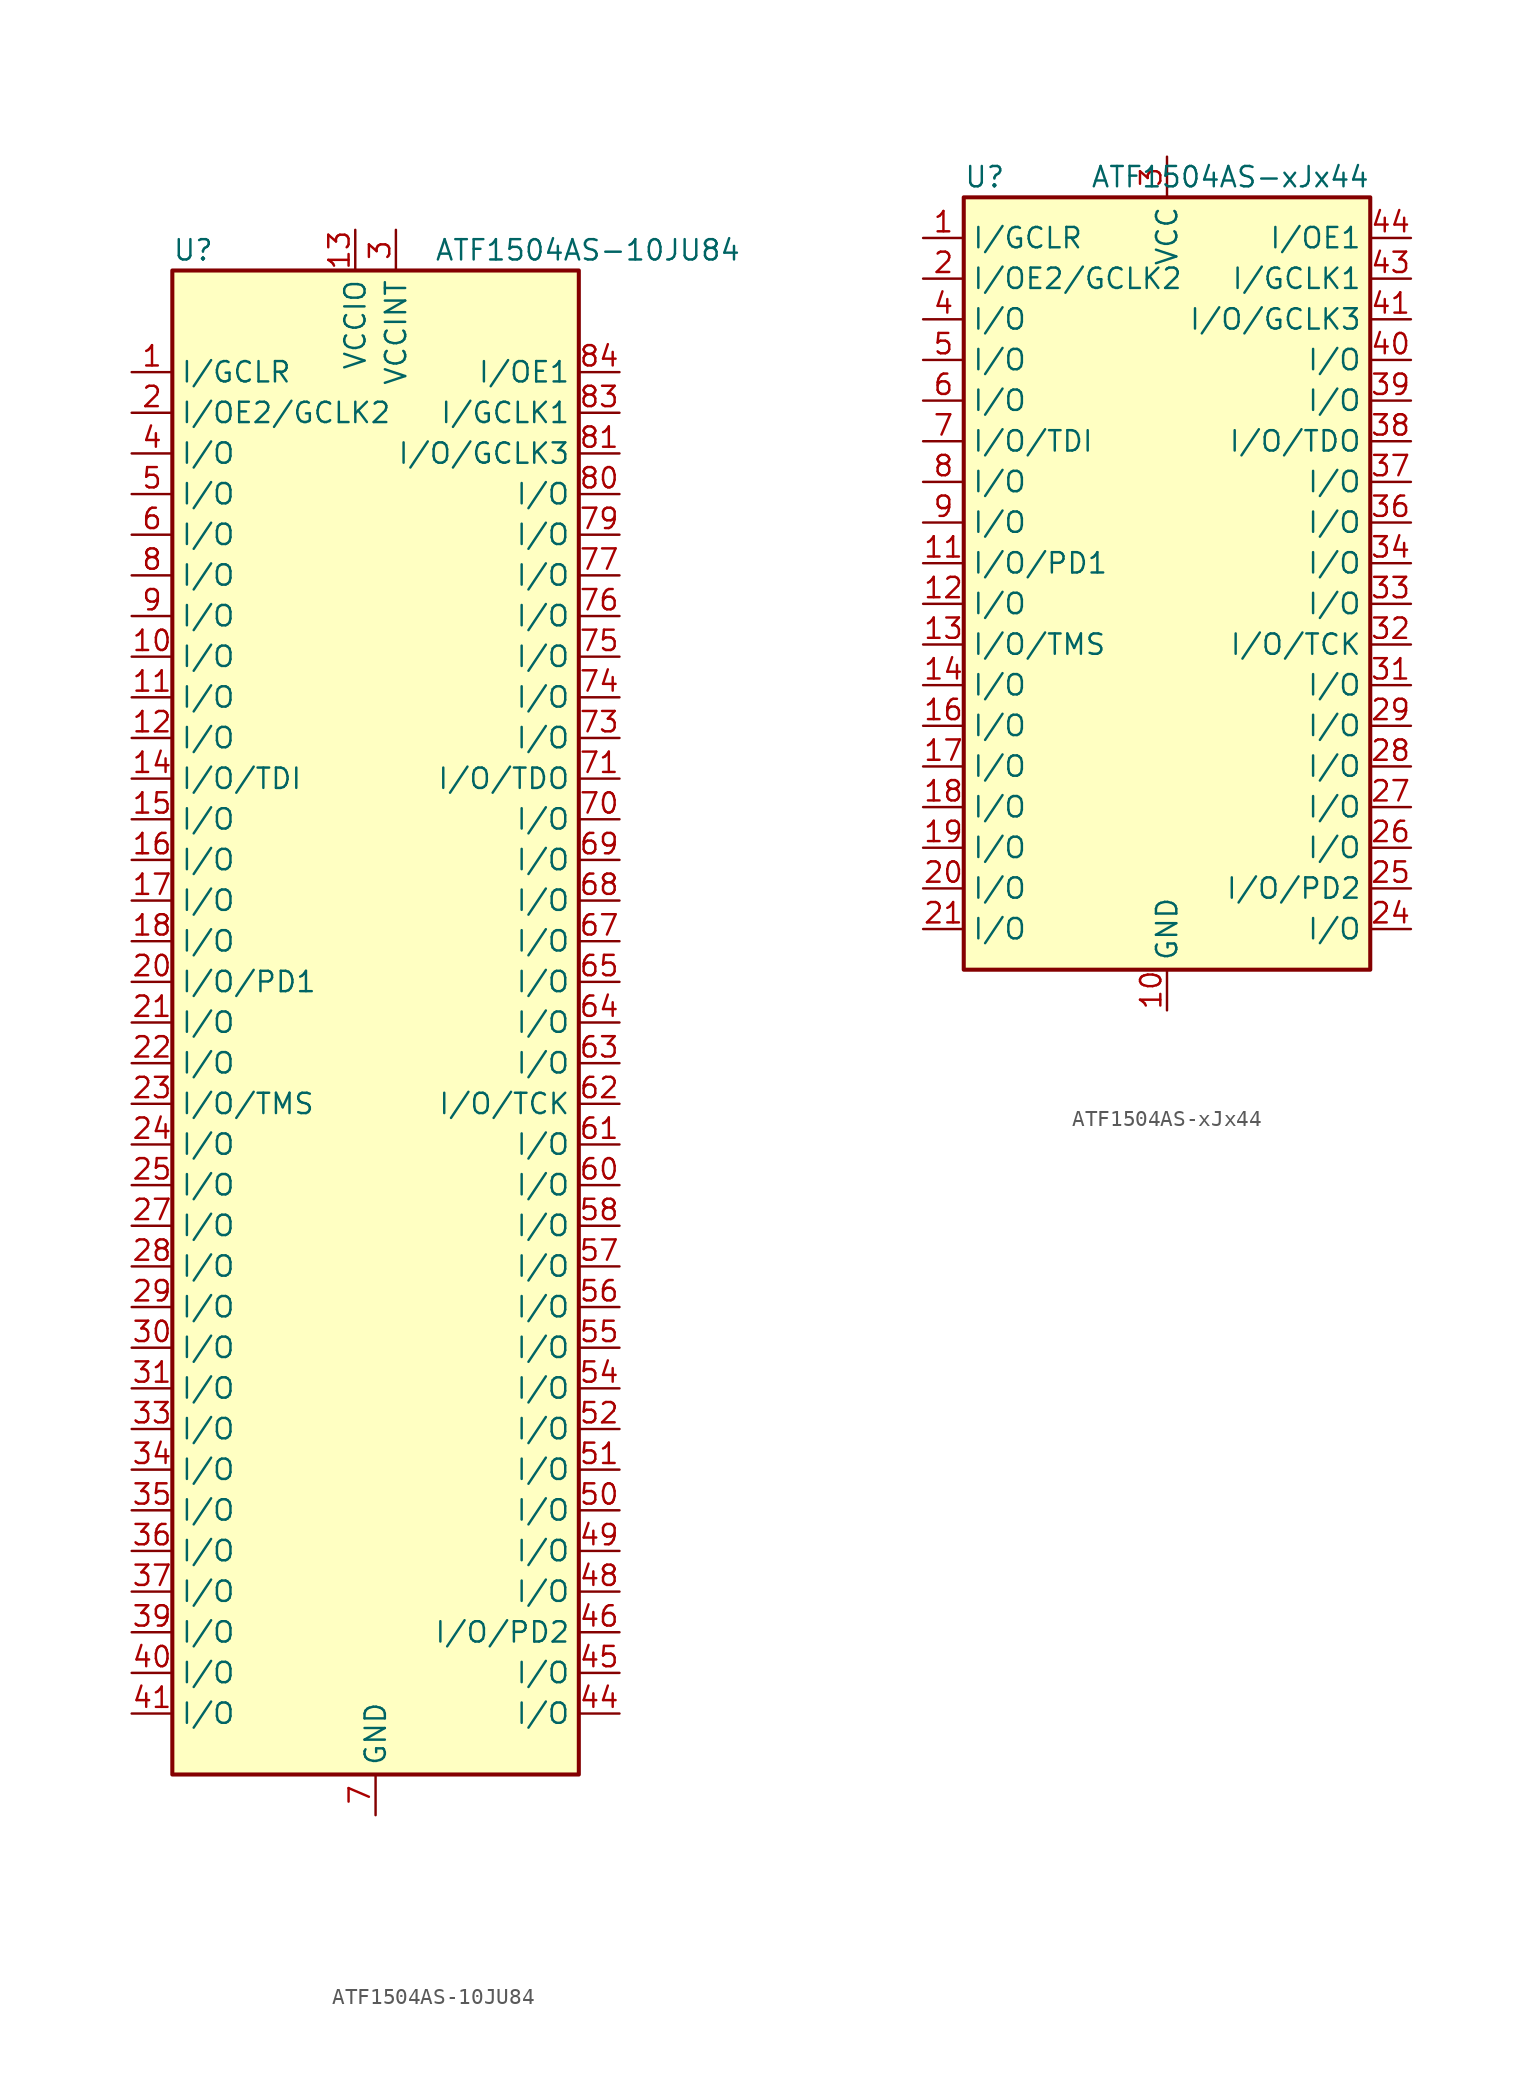
<source format=kicad_sym>
(kicad_symbol_lib
  (version 20220914)
  (generator kicad_symbol_editor)
  (symbol "ATF1504AS-10JU84"
    (property "Reference" "U"
      (at -12.7 48.26 0)
      (effects (font (size 1.27 1.27)) (justify left)))
    (property "Value" "ATF1504AS-10JU84"
      (at 22.86 48.26 0)
      (effects (font (size 1.27 1.27)) (justify right)))
    (symbol "ATF1504AS-10JU84_0_1"
      (rectangle (start -12.7 46.99) (end 12.7 -46.99) (stroke (width 0.254) (type default)) (fill (type background))))
    (symbol "ATF1504AS-10JU84_1_1"
      (pin input line (at -15.24 40.64 0) (length 2.54) (name "I/GCLR" (effects (font (size 1.27 1.27)))) (number "1" (effects (font (size 1.27 1.27)))))
      (pin bidirectional line (at -15.24 22.86 0) (length 2.54) (name "I/O" (effects (font (size 1.27 1.27)))) (number "10" (effects (font (size 1.27 1.27)))))
      (pin bidirectional line (at -15.24 20.32 0) (length 2.54) (name "I/O" (effects (font (size 1.27 1.27)))) (number "11" (effects (font (size 1.27 1.27)))))
      (pin bidirectional line (at -15.24 17.78 0) (length 2.54) (name "I/O" (effects (font (size 1.27 1.27)))) (number "12" (effects (font (size 1.27 1.27)))))
      (pin power_in line (at -1.27 49.53 270) (length 2.54) (name "VCCIO" (effects (font (size 1.27 1.27)))) (number "13" (effects (font (size 1.27 1.27)))))
      (pin bidirectional line (at -15.24 15.24 0) (length 2.54) (name "I/O/TDI" (effects (font (size 1.27 1.27)))) (number "14" (effects (font (size 1.27 1.27)))))
      (pin bidirectional line (at -15.24 12.7 0) (length 2.54) (name "I/O" (effects (font (size 1.27 1.27)))) (number "15" (effects (font (size 1.27 1.27)))))
      (pin bidirectional line (at -15.24 10.16 0) (length 2.54) (name "I/O" (effects (font (size 1.27 1.27)))) (number "16" (effects (font (size 1.27 1.27)))))
      (pin bidirectional line (at -15.24 7.62 0) (length 2.54) (name "I/O" (effects (font (size 1.27 1.27)))) (number "17" (effects (font (size 1.27 1.27)))))
      (pin bidirectional line (at -15.24 5.08 0) (length 2.54) (name "I/O" (effects (font (size 1.27 1.27)))) (number "18" (effects (font (size 1.27 1.27)))))
      (pin passive line (at 0 -49.53 90) (length 2.54) hide (name "GND" (effects (font (size 1.27 1.27)))) (number "19" (effects (font (size 1.27 1.27)))))
      (pin input line (at -15.24 38.1 0) (length 2.54) (name "I/OE2/GCLK2" (effects (font (size 1.27 1.27)))) (number "2" (effects (font (size 1.27 1.27)))))
      (pin bidirectional line (at -15.24 2.54 0) (length 2.54) (name "I/O/PD1" (effects (font (size 1.27 1.27)))) (number "20" (effects (font (size 1.27 1.27)))))
      (pin bidirectional line (at -15.24 0 0) (length 2.54) (name "I/O" (effects (font (size 1.27 1.27)))) (number "21" (effects (font (size 1.27 1.27)))))
      (pin bidirectional line (at -15.24 -2.54 0) (length 2.54) (name "I/O" (effects (font (size 1.27 1.27)))) (number "22" (effects (font (size 1.27 1.27)))))
      (pin bidirectional line (at -15.24 -5.08 0) (length 2.54) (name "I/O/TMS" (effects (font (size 1.27 1.27)))) (number "23" (effects (font (size 1.27 1.27)))))
      (pin bidirectional line (at -15.24 -7.62 0) (length 2.54) (name "I/O" (effects (font (size 1.27 1.27)))) (number "24" (effects (font (size 1.27 1.27)))))
      (pin bidirectional line (at -15.24 -10.16 0) (length 2.54) (name "I/O" (effects (font (size 1.27 1.27)))) (number "25" (effects (font (size 1.27 1.27)))))
      (pin passive line (at -1.27 49.53 270) (length 2.54) hide (name "VCCIO" (effects (font (size 1.27 1.27)))) (number "26" (effects (font (size 1.27 1.27)))))
      (pin bidirectional line (at -15.24 -12.7 0) (length 2.54) (name "I/O" (effects (font (size 1.27 1.27)))) (number "27" (effects (font (size 1.27 1.27)))))
      (pin bidirectional line (at -15.24 -15.24 0) (length 2.54) (name "I/O" (effects (font (size 1.27 1.27)))) (number "28" (effects (font (size 1.27 1.27)))))
      (pin bidirectional line (at -15.24 -17.78 0) (length 2.54) (name "I/O" (effects (font (size 1.27 1.27)))) (number "29" (effects (font (size 1.27 1.27)))))
      (pin power_in line (at 1.27 49.53 270) (length 2.54) (name "VCCINT" (effects (font (size 1.27 1.27)))) (number "3" (effects (font (size 1.27 1.27)))))
      (pin bidirectional line (at -15.24 -20.32 0) (length 2.54) (name "I/O" (effects (font (size 1.27 1.27)))) (number "30" (effects (font (size 1.27 1.27)))))
      (pin bidirectional line (at -15.24 -22.86 0) (length 2.54) (name "I/O" (effects (font (size 1.27 1.27)))) (number "31" (effects (font (size 1.27 1.27)))))
      (pin passive line (at 0 -49.53 90) (length 2.54) hide (name "GND" (effects (font (size 1.27 1.27)))) (number "32" (effects (font (size 1.27 1.27)))))
      (pin bidirectional line (at -15.24 -25.4 0) (length 2.54) (name "I/O" (effects (font (size 1.27 1.27)))) (number "33" (effects (font (size 1.27 1.27)))))
      (pin bidirectional line (at -15.24 -27.94 0) (length 2.54) (name "I/O" (effects (font (size 1.27 1.27)))) (number "34" (effects (font (size 1.27 1.27)))))
      (pin bidirectional line (at -15.24 -30.48 0) (length 2.54) (name "I/O" (effects (font (size 1.27 1.27)))) (number "35" (effects (font (size 1.27 1.27)))))
      (pin bidirectional line (at -15.24 -33.02 0) (length 2.54) (name "I/O" (effects (font (size 1.27 1.27)))) (number "36" (effects (font (size 1.27 1.27)))))
      (pin bidirectional line (at -15.24 -35.56 0) (length 2.54) (name "I/O" (effects (font (size 1.27 1.27)))) (number "37" (effects (font (size 1.27 1.27)))))
      (pin passive line (at -1.27 49.53 270) (length 2.54) hide (name "VCCIO" (effects (font (size 1.27 1.27)))) (number "38" (effects (font (size 1.27 1.27)))))
      (pin bidirectional line (at -15.24 -38.1 0) (length 2.54) (name "I/O" (effects (font (size 1.27 1.27)))) (number "39" (effects (font (size 1.27 1.27)))))
      (pin bidirectional line (at -15.24 35.56 0) (length 2.54) (name "I/O" (effects (font (size 1.27 1.27)))) (number "4" (effects (font (size 1.27 1.27)))))
      (pin bidirectional line (at -15.24 -40.64 0) (length 2.54) (name "I/O" (effects (font (size 1.27 1.27)))) (number "40" (effects (font (size 1.27 1.27)))))
      (pin bidirectional line (at -15.24 -43.18 0) (length 2.54) (name "I/O" (effects (font (size 1.27 1.27)))) (number "41" (effects (font (size 1.27 1.27)))))
      (pin passive line (at 0 -49.53 90) (length 2.54) hide (name "GND" (effects (font (size 1.27 1.27)))) (number "42" (effects (font (size 1.27 1.27)))))
      (pin passive line (at 1.27 49.53 270) (length 2.54) hide (name "VCCINT" (effects (font (size 1.27 1.27)))) (number "43" (effects (font (size 1.27 1.27)))))
      (pin bidirectional line (at 15.24 -43.18 180) (length 2.54) (name "I/O" (effects (font (size 1.27 1.27)))) (number "44" (effects (font (size 1.27 1.27)))))
      (pin bidirectional line (at 15.24 -40.64 180) (length 2.54) (name "I/O" (effects (font (size 1.27 1.27)))) (number "45" (effects (font (size 1.27 1.27)))))
      (pin bidirectional line (at 15.24 -38.1 180) (length 2.54) (name "I/O/PD2" (effects (font (size 1.27 1.27)))) (number "46" (effects (font (size 1.27 1.27)))))
      (pin passive line (at 0 -49.53 90) (length 2.54) hide (name "GND" (effects (font (size 1.27 1.27)))) (number "47" (effects (font (size 1.27 1.27)))))
      (pin bidirectional line (at 15.24 -35.56 180) (length 2.54) (name "I/O" (effects (font (size 1.27 1.27)))) (number "48" (effects (font (size 1.27 1.27)))))
      (pin bidirectional line (at 15.24 -33.02 180) (length 2.54) (name "I/O" (effects (font (size 1.27 1.27)))) (number "49" (effects (font (size 1.27 1.27)))))
      (pin bidirectional line (at -15.24 33.02 0) (length 2.54) (name "I/O" (effects (font (size 1.27 1.27)))) (number "5" (effects (font (size 1.27 1.27)))))
      (pin bidirectional line (at 15.24 -30.48 180) (length 2.54) (name "I/O" (effects (font (size 1.27 1.27)))) (number "50" (effects (font (size 1.27 1.27)))))
      (pin bidirectional line (at 15.24 -27.94 180) (length 2.54) (name "I/O" (effects (font (size 1.27 1.27)))) (number "51" (effects (font (size 1.27 1.27)))))
      (pin bidirectional line (at 15.24 -25.4 180) (length 2.54) (name "I/O" (effects (font (size 1.27 1.27)))) (number "52" (effects (font (size 1.27 1.27)))))
      (pin passive line (at -1.27 49.53 270) (length 2.54) hide (name "VCCIO" (effects (font (size 1.27 1.27)))) (number "53" (effects (font (size 1.27 1.27)))))
      (pin bidirectional line (at 15.24 -22.86 180) (length 2.54) (name "I/O" (effects (font (size 1.27 1.27)))) (number "54" (effects (font (size 1.27 1.27)))))
      (pin bidirectional line (at 15.24 -20.32 180) (length 2.54) (name "I/O" (effects (font (size 1.27 1.27)))) (number "55" (effects (font (size 1.27 1.27)))))
      (pin bidirectional line (at 15.24 -17.78 180) (length 2.54) (name "I/O" (effects (font (size 1.27 1.27)))) (number "56" (effects (font (size 1.27 1.27)))))
      (pin bidirectional line (at 15.24 -15.24 180) (length 2.54) (name "I/O" (effects (font (size 1.27 1.27)))) (number "57" (effects (font (size 1.27 1.27)))))
      (pin bidirectional line (at 15.24 -12.7 180) (length 2.54) (name "I/O" (effects (font (size 1.27 1.27)))) (number "58" (effects (font (size 1.27 1.27)))))
      (pin passive line (at 0 -49.53 90) (length 2.54) hide (name "GND" (effects (font (size 1.27 1.27)))) (number "59" (effects (font (size 1.27 1.27)))))
      (pin bidirectional line (at -15.24 30.48 0) (length 2.54) (name "I/O" (effects (font (size 1.27 1.27)))) (number "6" (effects (font (size 1.27 1.27)))))
      (pin bidirectional line (at 15.24 -10.16 180) (length 2.54) (name "I/O" (effects (font (size 1.27 1.27)))) (number "60" (effects (font (size 1.27 1.27)))))
      (pin bidirectional line (at 15.24 -7.62 180) (length 2.54) (name "I/O" (effects (font (size 1.27 1.27)))) (number "61" (effects (font (size 1.27 1.27)))))
      (pin bidirectional line (at 15.24 -5.08 180) (length 2.54) (name "I/O/TCK" (effects (font (size 1.27 1.27)))) (number "62" (effects (font (size 1.27 1.27)))))
      (pin bidirectional line (at 15.24 -2.54 180) (length 2.54) (name "I/O" (effects (font (size 1.27 1.27)))) (number "63" (effects (font (size 1.27 1.27)))))
      (pin bidirectional line (at 15.24 0 180) (length 2.54) (name "I/O" (effects (font (size 1.27 1.27)))) (number "64" (effects (font (size 1.27 1.27)))))
      (pin bidirectional line (at 15.24 2.54 180) (length 2.54) (name "I/O" (effects (font (size 1.27 1.27)))) (number "65" (effects (font (size 1.27 1.27)))))
      (pin passive line (at -1.27 49.53 270) (length 2.54) hide (name "VCCIO" (effects (font (size 1.27 1.27)))) (number "66" (effects (font (size 1.27 1.27)))))
      (pin bidirectional line (at 15.24 5.08 180) (length 2.54) (name "I/O" (effects (font (size 1.27 1.27)))) (number "67" (effects (font (size 1.27 1.27)))))
      (pin bidirectional line (at 15.24 7.62 180) (length 2.54) (name "I/O" (effects (font (size 1.27 1.27)))) (number "68" (effects (font (size 1.27 1.27)))))
      (pin bidirectional line (at 15.24 10.16 180) (length 2.54) (name "I/O" (effects (font (size 1.27 1.27)))) (number "69" (effects (font (size 1.27 1.27)))))
      (pin power_in line (at 0 -49.53 90) (length 2.54) (name "GND" (effects (font (size 1.27 1.27)))) (number "7" (effects (font (size 1.27 1.27)))))
      (pin bidirectional line (at 15.24 12.7 180) (length 2.54) (name "I/O" (effects (font (size 1.27 1.27)))) (number "70" (effects (font (size 1.27 1.27)))))
      (pin bidirectional line (at 15.24 15.24 180) (length 2.54) (name "I/O/TDO" (effects (font (size 1.27 1.27)))) (number "71" (effects (font (size 1.27 1.27)))))
      (pin passive line (at 0 -49.53 90) (length 2.54) hide (name "GND" (effects (font (size 1.27 1.27)))) (number "72" (effects (font (size 1.27 1.27)))))
      (pin bidirectional line (at 15.24 17.78 180) (length 2.54) (name "I/O" (effects (font (size 1.27 1.27)))) (number "73" (effects (font (size 1.27 1.27)))))
      (pin bidirectional line (at 15.24 20.32 180) (length 2.54) (name "I/O" (effects (font (size 1.27 1.27)))) (number "74" (effects (font (size 1.27 1.27)))))
      (pin bidirectional line (at 15.24 22.86 180) (length 2.54) (name "I/O" (effects (font (size 1.27 1.27)))) (number "75" (effects (font (size 1.27 1.27)))))
      (pin bidirectional line (at 15.24 25.4 180) (length 2.54) (name "I/O" (effects (font (size 1.27 1.27)))) (number "76" (effects (font (size 1.27 1.27)))))
      (pin bidirectional line (at 15.24 27.94 180) (length 2.54) (name "I/O" (effects (font (size 1.27 1.27)))) (number "77" (effects (font (size 1.27 1.27)))))
      (pin passive line (at -1.27 49.53 270) (length 2.54) hide (name "VCCIO" (effects (font (size 1.27 1.27)))) (number "78" (effects (font (size 1.27 1.27)))))
      (pin bidirectional line (at 15.24 30.48 180) (length 2.54) (name "I/O" (effects (font (size 1.27 1.27)))) (number "79" (effects (font (size 1.27 1.27)))))
      (pin bidirectional line (at -15.24 27.94 0) (length 2.54) (name "I/O" (effects (font (size 1.27 1.27)))) (number "8" (effects (font (size 1.27 1.27)))))
      (pin bidirectional line (at 15.24 33.02 180) (length 2.54) (name "I/O" (effects (font (size 1.27 1.27)))) (number "80" (effects (font (size 1.27 1.27)))))
      (pin bidirectional line (at 15.24 35.56 180) (length 2.54) (name "I/O/GCLK3" (effects (font (size 1.27 1.27)))) (number "81" (effects (font (size 1.27 1.27)))))
      (pin passive line (at 0 -49.53 90) (length 2.54) hide (name "GND" (effects (font (size 1.27 1.27)))) (number "82" (effects (font (size 1.27 1.27)))))
      (pin input line (at 15.24 38.1 180) (length 2.54) (name "I/GCLK1" (effects (font (size 1.27 1.27)))) (number "83" (effects (font (size 1.27 1.27)))))
      (pin input line (at 15.24 40.64 180) (length 2.54) (name "I/OE1" (effects (font (size 1.27 1.27)))) (number "84" (effects (font (size 1.27 1.27)))))
      (pin bidirectional line (at -15.24 25.4 0) (length 2.54) (name "I/O" (effects (font (size 1.27 1.27)))) (number "9" (effects (font (size 1.27 1.27)))))))
  (symbol "ATF1504AS-xJx44"
    (property "Reference" "U"
      (at -12.7 24.13 0)
      (effects (font (size 1.27 1.27)) (justify left)))
    (property "Value" "ATF1504AS-xJx44"
      (at 12.7 24.13 0)
      (effects (font (size 1.27 1.27)) (justify right)))
    (symbol "ATF1504AS-xJx44_0_1"
      (rectangle (start -12.7 22.86) (end 12.7 -25.4) (stroke (width 0.254) (type default)) (fill (type background))))
    (symbol "ATF1504AS-xJx44_1_1"
      (pin input line (at -15.24 20.32 0) (length 2.54) (name "I/GCLR" (effects (font (size 1.27 1.27)))) (number "1" (effects (font (size 1.27 1.27)))))
      (pin power_in line (at 0 -27.94 90) (length 2.54) (name "GND" (effects (font (size 1.27 1.27)))) (number "10" (effects (font (size 1.27 1.27)))))
      (pin bidirectional line (at -15.24 0 0) (length 2.54) (name "I/O/PD1" (effects (font (size 1.27 1.27)))) (number "11" (effects (font (size 1.27 1.27)))))
      (pin bidirectional line (at -15.24 -2.54 0) (length 2.54) (name "I/O" (effects (font (size 1.27 1.27)))) (number "12" (effects (font (size 1.27 1.27)))))
      (pin bidirectional line (at -15.24 -5.08 0) (length 2.54) (name "I/O/TMS" (effects (font (size 1.27 1.27)))) (number "13" (effects (font (size 1.27 1.27)))))
      (pin bidirectional line (at -15.24 -7.62 0) (length 2.54) (name "I/O" (effects (font (size 1.27 1.27)))) (number "14" (effects (font (size 1.27 1.27)))))
      (pin passive line (at 0 25.4 270) (length 2.54) hide (name "VCC" (effects (font (size 1.27 1.27)))) (number "15" (effects (font (size 1.27 1.27)))))
      (pin bidirectional line (at -15.24 -10.16 0) (length 2.54) (name "I/O" (effects (font (size 1.27 1.27)))) (number "16" (effects (font (size 1.27 1.27)))))
      (pin bidirectional line (at -15.24 -12.7 0) (length 2.54) (name "I/O" (effects (font (size 1.27 1.27)))) (number "17" (effects (font (size 1.27 1.27)))))
      (pin bidirectional line (at -15.24 -15.24 0) (length 2.54) (name "I/O" (effects (font (size 1.27 1.27)))) (number "18" (effects (font (size 1.27 1.27)))))
      (pin bidirectional line (at -15.24 -17.78 0) (length 2.54) (name "I/O" (effects (font (size 1.27 1.27)))) (number "19" (effects (font (size 1.27 1.27)))))
      (pin input line (at -15.24 17.78 0) (length 2.54) (name "I/OE2/GCLK2" (effects (font (size 1.27 1.27)))) (number "2" (effects (font (size 1.27 1.27)))))
      (pin bidirectional line (at -15.24 -20.32 0) (length 2.54) (name "I/O" (effects (font (size 1.27 1.27)))) (number "20" (effects (font (size 1.27 1.27)))))
      (pin bidirectional line (at -15.24 -22.86 0) (length 2.54) (name "I/O" (effects (font (size 1.27 1.27)))) (number "21" (effects (font (size 1.27 1.27)))))
      (pin passive line (at 0 -27.94 90) (length 2.54) hide (name "GND" (effects (font (size 1.27 1.27)))) (number "22" (effects (font (size 1.27 1.27)))))
      (pin passive line (at 0 25.4 270) (length 2.54) hide (name "VCC" (effects (font (size 1.27 1.27)))) (number "23" (effects (font (size 1.27 1.27)))))
      (pin bidirectional line (at 15.24 -22.86 180) (length 2.54) (name "I/O" (effects (font (size 1.27 1.27)))) (number "24" (effects (font (size 1.27 1.27)))))
      (pin bidirectional line (at 15.24 -20.32 180) (length 2.54) (name "I/O/PD2" (effects (font (size 1.27 1.27)))) (number "25" (effects (font (size 1.27 1.27)))))
      (pin bidirectional line (at 15.24 -17.78 180) (length 2.54) (name "I/O" (effects (font (size 1.27 1.27)))) (number "26" (effects (font (size 1.27 1.27)))))
      (pin bidirectional line (at 15.24 -15.24 180) (length 2.54) (name "I/O" (effects (font (size 1.27 1.27)))) (number "27" (effects (font (size 1.27 1.27)))))
      (pin bidirectional line (at 15.24 -12.7 180) (length 2.54) (name "I/O" (effects (font (size 1.27 1.27)))) (number "28" (effects (font (size 1.27 1.27)))))
      (pin bidirectional line (at 15.24 -10.16 180) (length 2.54) (name "I/O" (effects (font (size 1.27 1.27)))) (number "29" (effects (font (size 1.27 1.27)))))
      (pin power_in line (at 0 25.4 270) (length 2.54) (name "VCC" (effects (font (size 1.27 1.27)))) (number "3" (effects (font (size 1.27 1.27)))))
      (pin passive line (at 0 -27.94 90) (length 2.54) hide (name "GND" (effects (font (size 1.27 1.27)))) (number "30" (effects (font (size 1.27 1.27)))))
      (pin bidirectional line (at 15.24 -7.62 180) (length 2.54) (name "I/O" (effects (font (size 1.27 1.27)))) (number "31" (effects (font (size 1.27 1.27)))))
      (pin bidirectional line (at 15.24 -5.08 180) (length 2.54) (name "I/O/TCK" (effects (font (size 1.27 1.27)))) (number "32" (effects (font (size 1.27 1.27)))))
      (pin bidirectional line (at 15.24 -2.54 180) (length 2.54) (name "I/O" (effects (font (size 1.27 1.27)))) (number "33" (effects (font (size 1.27 1.27)))))
      (pin bidirectional line (at 15.24 0 180) (length 2.54) (name "I/O" (effects (font (size 1.27 1.27)))) (number "34" (effects (font (size 1.27 1.27)))))
      (pin passive line (at 0 25.4 270) (length 2.54) hide (name "VCC" (effects (font (size 1.27 1.27)))) (number "35" (effects (font (size 1.27 1.27)))))
      (pin bidirectional line (at 15.24 2.54 180) (length 2.54) (name "I/O" (effects (font (size 1.27 1.27)))) (number "36" (effects (font (size 1.27 1.27)))))
      (pin bidirectional line (at 15.24 5.08 180) (length 2.54) (name "I/O" (effects (font (size 1.27 1.27)))) (number "37" (effects (font (size 1.27 1.27)))))
      (pin bidirectional line (at 15.24 7.62 180) (length 2.54) (name "I/O/TDO" (effects (font (size 1.27 1.27)))) (number "38" (effects (font (size 1.27 1.27)))))
      (pin bidirectional line (at 15.24 10.16 180) (length 2.54) (name "I/O" (effects (font (size 1.27 1.27)))) (number "39" (effects (font (size 1.27 1.27)))))
      (pin bidirectional line (at -15.24 15.24 0) (length 2.54) (name "I/O" (effects (font (size 1.27 1.27)))) (number "4" (effects (font (size 1.27 1.27)))))
      (pin bidirectional line (at 15.24 12.7 180) (length 2.54) (name "I/O" (effects (font (size 1.27 1.27)))) (number "40" (effects (font (size 1.27 1.27)))))
      (pin bidirectional line (at 15.24 15.24 180) (length 2.54) (name "I/O/GCLK3" (effects (font (size 1.27 1.27)))) (number "41" (effects (font (size 1.27 1.27)))))
      (pin passive line (at 0 -27.94 90) (length 2.54) hide (name "GND" (effects (font (size 1.27 1.27)))) (number "42" (effects (font (size 1.27 1.27)))))
      (pin input line (at 15.24 17.78 180) (length 2.54) (name "I/GCLK1" (effects (font (size 1.27 1.27)))) (number "43" (effects (font (size 1.27 1.27)))))
      (pin input line (at 15.24 20.32 180) (length 2.54) (name "I/OE1" (effects (font (size 1.27 1.27)))) (number "44" (effects (font (size 1.27 1.27)))))
      (pin bidirectional line (at -15.24 12.7 0) (length 2.54) (name "I/O" (effects (font (size 1.27 1.27)))) (number "5" (effects (font (size 1.27 1.27)))))
      (pin bidirectional line (at -15.24 10.16 0) (length 2.54) (name "I/O" (effects (font (size 1.27 1.27)))) (number "6" (effects (font (size 1.27 1.27)))))
      (pin bidirectional line (at -15.24 7.62 0) (length 2.54) (name "I/O/TDI" (effects (font (size 1.27 1.27)))) (number "7" (effects (font (size 1.27 1.27)))))
      (pin bidirectional line (at -15.24 5.08 0) (length 2.54) (name "I/O" (effects (font (size 1.27 1.27)))) (number "8" (effects (font (size 1.27 1.27)))))
      (pin bidirectional line (at -15.24 2.54 0) (length 2.54) (name "I/O" (effects (font (size 1.27 1.27)))) (number "9" (effects (font (size 1.27 1.27))))))))
</source>
